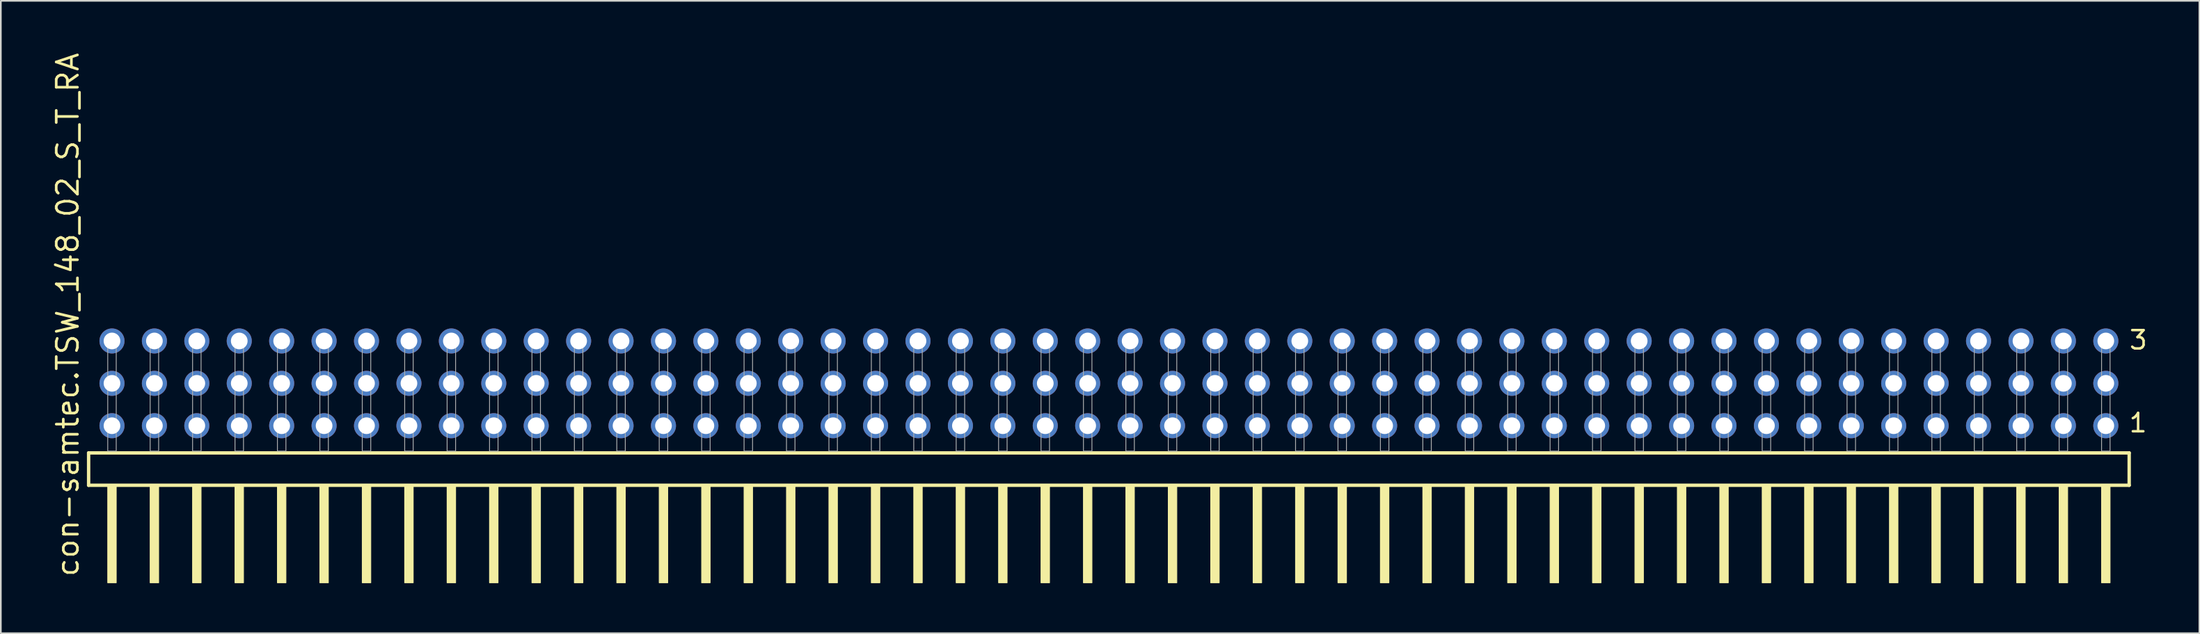
<source format=kicad_pcb>
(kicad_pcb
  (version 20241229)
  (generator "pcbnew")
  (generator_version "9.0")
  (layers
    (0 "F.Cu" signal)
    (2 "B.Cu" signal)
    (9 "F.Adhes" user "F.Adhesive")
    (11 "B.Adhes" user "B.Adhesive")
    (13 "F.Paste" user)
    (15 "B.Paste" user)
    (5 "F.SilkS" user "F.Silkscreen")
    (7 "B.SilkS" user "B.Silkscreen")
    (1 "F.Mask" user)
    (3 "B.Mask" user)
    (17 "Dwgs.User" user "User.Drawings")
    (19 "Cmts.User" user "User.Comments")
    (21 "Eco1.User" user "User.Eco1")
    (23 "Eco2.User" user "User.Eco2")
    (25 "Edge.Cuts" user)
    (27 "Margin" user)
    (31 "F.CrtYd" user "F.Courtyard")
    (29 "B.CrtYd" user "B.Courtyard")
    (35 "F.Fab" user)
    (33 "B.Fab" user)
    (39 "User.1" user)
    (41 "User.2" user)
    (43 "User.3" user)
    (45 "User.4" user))
  (footprint "con-samtec.TSW_148_02_S_T_RA"
    (layer "F.Cu")
    (at 63.345 23.993)
    (property "Reference" "con-samtec.TSW_148_02_S_T_RA" (at -61.595 7.62 90) (layer "F.SilkS") (effects (font (size 1.27 1.27) (thickness 0.16)) (justify left bottom)))
    (attr through_hole)
    (fp_line (start -61.089 0.106) (end -61.089 2.046) (stroke (width 0.203) (type default)) (layer "F.SilkS"))
    (fp_line (start -61.089 2.046) (end 61.089 2.046) (stroke (width 0.203) (type default)) (layer "F.SilkS"))
    (fp_line (start 61.089 0.106) (end -61.089 0.106) (stroke (width 0.203) (type default)) (layer "F.SilkS"))
    (fp_line (start 61.089 2.046) (end 61.089 0.106) (stroke (width 0.203) (type default)) (layer "F.SilkS"))
    (fp_rect (start -59.944 7.89) (end -59.436 2.04) (stroke (width 0.05) (type default)) (fill yes) (layer "F.SilkS"))
    (fp_rect (start -57.404 7.89) (end -56.896 2.04) (stroke (width 0.05) (type default)) (fill yes) (layer "F.SilkS"))
    (fp_rect (start -54.864 7.89) (end -54.356 2.04) (stroke (width 0.05) (type default)) (fill yes) (layer "F.SilkS"))
    (fp_rect (start -52.324 7.89) (end -51.816 2.04) (stroke (width 0.05) (type default)) (fill yes) (layer "F.SilkS"))
    (fp_rect (start -49.784 7.89) (end -49.276 2.04) (stroke (width 0.05) (type default)) (fill yes) (layer "F.SilkS"))
    (fp_rect (start -47.244 7.89) (end -46.736 2.04) (stroke (width 0.05) (type default)) (fill yes) (layer "F.SilkS"))
    (fp_rect (start -44.704 7.89) (end -44.196 2.04) (stroke (width 0.05) (type default)) (fill yes) (layer "F.SilkS"))
    (fp_rect (start -42.164 7.89) (end -41.656 2.04) (stroke (width 0.05) (type default)) (fill yes) (layer "F.SilkS"))
    (fp_rect (start -39.624 7.89) (end -39.116 2.04) (stroke (width 0.05) (type default)) (fill yes) (layer "F.SilkS"))
    (fp_rect (start -37.084 7.89) (end -36.576 2.04) (stroke (width 0.05) (type default)) (fill yes) (layer "F.SilkS"))
    (fp_rect (start -34.544 7.89) (end -34.036 2.04) (stroke (width 0.05) (type default)) (fill yes) (layer "F.SilkS"))
    (fp_rect (start -32.004 7.89) (end -31.496 2.04) (stroke (width 0.05) (type default)) (fill yes) (layer "F.SilkS"))
    (fp_rect (start -29.464 7.89) (end -28.956 2.04) (stroke (width 0.05) (type default)) (fill yes) (layer "F.SilkS"))
    (fp_rect (start -26.924 7.89) (end -26.416 2.04) (stroke (width 0.05) (type default)) (fill yes) (layer "F.SilkS"))
    (fp_rect (start -24.384 7.89) (end -23.876 2.04) (stroke (width 0.05) (type default)) (fill yes) (layer "F.SilkS"))
    (fp_rect (start -21.844 7.89) (end -21.336 2.04) (stroke (width 0.05) (type default)) (fill yes) (layer "F.SilkS"))
    (fp_rect (start -19.304 7.89) (end -18.796 2.04) (stroke (width 0.05) (type default)) (fill yes) (layer "F.SilkS"))
    (fp_rect (start -16.764 7.89) (end -16.256 2.04) (stroke (width 0.05) (type default)) (fill yes) (layer "F.SilkS"))
    (fp_rect (start -14.224 7.89) (end -13.716 2.04) (stroke (width 0.05) (type default)) (fill yes) (layer "F.SilkS"))
    (fp_rect (start -11.684 7.89) (end -11.176 2.04) (stroke (width 0.05) (type default)) (fill yes) (layer "F.SilkS"))
    (fp_rect (start -9.144 7.89) (end -8.636 2.04) (stroke (width 0.05) (type default)) (fill yes) (layer "F.SilkS"))
    (fp_rect (start -6.604 7.89) (end -6.096 2.04) (stroke (width 0.05) (type default)) (fill yes) (layer "F.SilkS"))
    (fp_rect (start -4.064 7.89) (end -3.556 2.04) (stroke (width 0.05) (type default)) (fill yes) (layer "F.SilkS"))
    (fp_rect (start -1.524 7.89) (end -1.016 2.04) (stroke (width 0.05) (type default)) (fill yes) (layer "F.SilkS"))
    (fp_rect (start 1.016 7.89) (end 1.524 2.04) (stroke (width 0.05) (type default)) (fill yes) (layer "F.SilkS"))
    (fp_rect (start 3.556 7.89) (end 4.064 2.04) (stroke (width 0.05) (type default)) (fill yes) (layer "F.SilkS"))
    (fp_rect (start 6.096 7.89) (end 6.604 2.04) (stroke (width 0.05) (type default)) (fill yes) (layer "F.SilkS"))
    (fp_rect (start 8.636 7.89) (end 9.144 2.04) (stroke (width 0.05) (type default)) (fill yes) (layer "F.SilkS"))
    (fp_rect (start 11.176 7.89) (end 11.684 2.04) (stroke (width 0.05) (type default)) (fill yes) (layer "F.SilkS"))
    (fp_rect (start 13.716 7.89) (end 14.224 2.04) (stroke (width 0.05) (type default)) (fill yes) (layer "F.SilkS"))
    (fp_rect (start 16.256 7.89) (end 16.764 2.04) (stroke (width 0.05) (type default)) (fill yes) (layer "F.SilkS"))
    (fp_rect (start 18.796 7.89) (end 19.304 2.04) (stroke (width 0.05) (type default)) (fill yes) (layer "F.SilkS"))
    (fp_rect (start 21.336 7.89) (end 21.844 2.04) (stroke (width 0.05) (type default)) (fill yes) (layer "F.SilkS"))
    (fp_rect (start 23.876 7.89) (end 24.384 2.04) (stroke (width 0.05) (type default)) (fill yes) (layer "F.SilkS"))
    (fp_rect (start 26.416 7.89) (end 26.924 2.04) (stroke (width 0.05) (type default)) (fill yes) (layer "F.SilkS"))
    (fp_rect (start 28.956 7.89) (end 29.464 2.04) (stroke (width 0.05) (type default)) (fill yes) (layer "F.SilkS"))
    (fp_rect (start 31.496 7.89) (end 32.004 2.04) (stroke (width 0.05) (type default)) (fill yes) (layer "F.SilkS"))
    (fp_rect (start 34.036 7.89) (end 34.544 2.04) (stroke (width 0.05) (type default)) (fill yes) (layer "F.SilkS"))
    (fp_rect (start 36.576 7.89) (end 37.084 2.04) (stroke (width 0.05) (type default)) (fill yes) (layer "F.SilkS"))
    (fp_rect (start 39.116 7.89) (end 39.624 2.04) (stroke (width 0.05) (type default)) (fill yes) (layer "F.SilkS"))
    (fp_rect (start 41.656 7.89) (end 42.164 2.04) (stroke (width 0.05) (type default)) (fill yes) (layer "F.SilkS"))
    (fp_rect (start 44.196 7.89) (end 44.704 2.04) (stroke (width 0.05) (type default)) (fill yes) (layer "F.SilkS"))
    (fp_rect (start 46.736 7.89) (end 47.244 2.04) (stroke (width 0.05) (type default)) (fill yes) (layer "F.SilkS"))
    (fp_rect (start 49.276 7.89) (end 49.784 2.04) (stroke (width 0.05) (type default)) (fill yes) (layer "F.SilkS"))
    (fp_rect (start 51.816 7.89) (end 52.324 2.04) (stroke (width 0.05) (type default)) (fill yes) (layer "F.SilkS"))
    (fp_rect (start 54.356 7.89) (end 54.864 2.04) (stroke (width 0.05) (type default)) (fill yes) (layer "F.SilkS"))
    (fp_rect (start 56.896 7.89) (end 57.404 2.04) (stroke (width 0.05) (type default)) (fill yes) (layer "F.SilkS"))
    (fp_rect (start 59.436 7.89) (end 59.944 2.04) (stroke (width 0.05) (type default)) (fill yes) (layer "F.SilkS"))
    (fp_rect (start -59.944 0) (end -59.436 -6.858) (stroke (width 0.05) (type default)) (fill no) (layer "F.Fab"))
    (fp_rect (start -57.404 0) (end -56.896 -6.858) (stroke (width 0.05) (type default)) (fill no) (layer "F.Fab"))
    (fp_rect (start -54.864 0) (end -54.356 -6.858) (stroke (width 0.05) (type default)) (fill no) (layer "F.Fab"))
    (fp_rect (start -52.324 0) (end -51.816 -6.858) (stroke (width 0.05) (type default)) (fill no) (layer "F.Fab"))
    (fp_rect (start -49.784 0) (end -49.276 -6.858) (stroke (width 0.05) (type default)) (fill no) (layer "F.Fab"))
    (fp_rect (start -47.244 0) (end -46.736 -6.858) (stroke (width 0.05) (type default)) (fill no) (layer "F.Fab"))
    (fp_rect (start -44.704 0) (end -44.196 -6.858) (stroke (width 0.05) (type default)) (fill no) (layer "F.Fab"))
    (fp_rect (start -42.164 0) (end -41.656 -6.858) (stroke (width 0.05) (type default)) (fill no) (layer "F.Fab"))
    (fp_rect (start -39.624 0) (end -39.116 -6.858) (stroke (width 0.05) (type default)) (fill no) (layer "F.Fab"))
    (fp_rect (start -37.084 0) (end -36.576 -6.858) (stroke (width 0.05) (type default)) (fill no) (layer "F.Fab"))
    (fp_rect (start -34.544 0) (end -34.036 -6.858) (stroke (width 0.05) (type default)) (fill no) (layer "F.Fab"))
    (fp_rect (start -32.004 0) (end -31.496 -6.858) (stroke (width 0.05) (type default)) (fill no) (layer "F.Fab"))
    (fp_rect (start -29.464 0) (end -28.956 -6.858) (stroke (width 0.05) (type default)) (fill no) (layer "F.Fab"))
    (fp_rect (start -26.924 0) (end -26.416 -6.858) (stroke (width 0.05) (type default)) (fill no) (layer "F.Fab"))
    (fp_rect (start -24.384 0) (end -23.876 -6.858) (stroke (width 0.05) (type default)) (fill no) (layer "F.Fab"))
    (fp_rect (start -21.844 0) (end -21.336 -6.858) (stroke (width 0.05) (type default)) (fill no) (layer "F.Fab"))
    (fp_rect (start -19.304 0) (end -18.796 -6.858) (stroke (width 0.05) (type default)) (fill no) (layer "F.Fab"))
    (fp_rect (start -16.764 0) (end -16.256 -6.858) (stroke (width 0.05) (type default)) (fill no) (layer "F.Fab"))
    (fp_rect (start -14.224 0) (end -13.716 -6.858) (stroke (width 0.05) (type default)) (fill no) (layer "F.Fab"))
    (fp_rect (start -11.684 0) (end -11.176 -6.858) (stroke (width 0.05) (type default)) (fill no) (layer "F.Fab"))
    (fp_rect (start -9.144 0) (end -8.636 -6.858) (stroke (width 0.05) (type default)) (fill no) (layer "F.Fab"))
    (fp_rect (start -6.604 0) (end -6.096 -6.858) (stroke (width 0.05) (type default)) (fill no) (layer "F.Fab"))
    (fp_rect (start -4.064 0) (end -3.556 -6.858) (stroke (width 0.05) (type default)) (fill no) (layer "F.Fab"))
    (fp_rect (start -1.524 0) (end -1.016 -6.858) (stroke (width 0.05) (type default)) (fill no) (layer "F.Fab"))
    (fp_rect (start 1.016 0) (end 1.524 -6.858) (stroke (width 0.05) (type default)) (fill no) (layer "F.Fab"))
    (fp_rect (start 3.556 0) (end 4.064 -6.858) (stroke (width 0.05) (type default)) (fill no) (layer "F.Fab"))
    (fp_rect (start 6.096 0) (end 6.604 -6.858) (stroke (width 0.05) (type default)) (fill no) (layer "F.Fab"))
    (fp_rect (start 8.636 0) (end 9.144 -6.858) (stroke (width 0.05) (type default)) (fill no) (layer "F.Fab"))
    (fp_rect (start 11.176 0) (end 11.684 -6.858) (stroke (width 0.05) (type default)) (fill no) (layer "F.Fab"))
    (fp_rect (start 13.716 0) (end 14.224 -6.858) (stroke (width 0.05) (type default)) (fill no) (layer "F.Fab"))
    (fp_rect (start 16.256 0) (end 16.764 -6.858) (stroke (width 0.05) (type default)) (fill no) (layer "F.Fab"))
    (fp_rect (start 18.796 0) (end 19.304 -6.858) (stroke (width 0.05) (type default)) (fill no) (layer "F.Fab"))
    (fp_rect (start 21.336 0) (end 21.844 -6.858) (stroke (width 0.05) (type default)) (fill no) (layer "F.Fab"))
    (fp_rect (start 23.876 0) (end 24.384 -6.858) (stroke (width 0.05) (type default)) (fill no) (layer "F.Fab"))
    (fp_rect (start 26.416 0) (end 26.924 -6.858) (stroke (width 0.05) (type default)) (fill no) (layer "F.Fab"))
    (fp_rect (start 28.956 0) (end 29.464 -6.858) (stroke (width 0.05) (type default)) (fill no) (layer "F.Fab"))
    (fp_rect (start 31.496 0) (end 32.004 -6.858) (stroke (width 0.05) (type default)) (fill no) (layer "F.Fab"))
    (fp_rect (start 34.036 0) (end 34.544 -6.858) (stroke (width 0.05) (type default)) (fill no) (layer "F.Fab"))
    (fp_rect (start 36.576 0) (end 37.084 -6.858) (stroke (width 0.05) (type default)) (fill no) (layer "F.Fab"))
    (fp_rect (start 39.116 0) (end 39.624 -6.858) (stroke (width 0.05) (type default)) (fill no) (layer "F.Fab"))
    (fp_rect (start 41.656 0) (end 42.164 -6.858) (stroke (width 0.05) (type default)) (fill no) (layer "F.Fab"))
    (fp_rect (start 44.196 0) (end 44.704 -6.858) (stroke (width 0.05) (type default)) (fill no) (layer "F.Fab"))
    (fp_rect (start 46.736 0) (end 47.244 -6.858) (stroke (width 0.05) (type default)) (fill no) (layer "F.Fab"))
    (fp_rect (start 49.276 0) (end 49.784 -6.858) (stroke (width 0.05) (type default)) (fill no) (layer "F.Fab"))
    (fp_rect (start 51.816 0) (end 52.324 -6.858) (stroke (width 0.05) (type default)) (fill no) (layer "F.Fab"))
    (fp_rect (start 54.356 0) (end 54.864 -6.858) (stroke (width 0.05) (type default)) (fill no) (layer "F.Fab"))
    (fp_rect (start 56.896 0) (end 57.404 -6.858) (stroke (width 0.05) (type default)) (fill no) (layer "F.Fab"))
    (fp_rect (start 59.436 0) (end 59.944 -6.858) (stroke (width 0.05) (type default)) (fill no) (layer "F.Fab"))
    (fp_text user "3" (at 61.015 -6.015 0) (layer "F.SilkS") (effects (font (size 1.1 1.1) (thickness 0.15)) (justify left bottom)))
    (fp_text user "1" (at 61 -1.05 0) (layer "F.SilkS") (effects (font (size 1.1 1.1) (thickness 0.15)) (justify left bottom)))
    (pad "1" thru_hole circle (at 59.69 -1.524 180) (size 1.5 1.5) (drill 1) (layers "*.Cu" "*.Mask"))
    (pad "2" thru_hole circle (at 59.69 -4.064 180) (size 1.5 1.5) (drill 1) (layers "*.Cu" "*.Mask"))
    (pad "3" thru_hole circle (at 59.69 -6.604 180) (size 1.5 1.5) (drill 1) (layers "*.Cu" "*.Mask"))
    (pad "4" thru_hole circle (at 57.15 -1.524 180) (size 1.5 1.5) (drill 1) (layers "*.Cu" "*.Mask"))
    (pad "5" thru_hole circle (at 57.15 -4.064 180) (size 1.5 1.5) (drill 1) (layers "*.Cu" "*.Mask"))
    (pad "6" thru_hole circle (at 57.15 -6.604 180) (size 1.5 1.5) (drill 1) (layers "*.Cu" "*.Mask"))
    (pad "7" thru_hole circle (at 54.61 -1.524 180) (size 1.5 1.5) (drill 1) (layers "*.Cu" "*.Mask"))
    (pad "8" thru_hole circle (at 54.61 -4.064 180) (size 1.5 1.5) (drill 1) (layers "*.Cu" "*.Mask"))
    (pad "9" thru_hole circle (at 54.61 -6.604 180) (size 1.5 1.5) (drill 1) (layers "*.Cu" "*.Mask"))
    (pad "10" thru_hole circle (at 52.07 -1.524 180) (size 1.5 1.5) (drill 1) (layers "*.Cu" "*.Mask"))
    (pad "11" thru_hole circle (at 52.07 -4.064 180) (size 1.5 1.5) (drill 1) (layers "*.Cu" "*.Mask"))
    (pad "12" thru_hole circle (at 52.07 -6.604 180) (size 1.5 1.5) (drill 1) (layers "*.Cu" "*.Mask"))
    (pad "13" thru_hole circle (at 49.53 -1.524 180) (size 1.5 1.5) (drill 1) (layers "*.Cu" "*.Mask"))
    (pad "14" thru_hole circle (at 49.53 -4.064 180) (size 1.5 1.5) (drill 1) (layers "*.Cu" "*.Mask"))
    (pad "15" thru_hole circle (at 49.53 -6.604 180) (size 1.5 1.5) (drill 1) (layers "*.Cu" "*.Mask"))
    (pad "16" thru_hole circle (at 46.99 -1.524 180) (size 1.5 1.5) (drill 1) (layers "*.Cu" "*.Mask"))
    (pad "17" thru_hole circle (at 46.99 -4.064 180) (size 1.5 1.5) (drill 1) (layers "*.Cu" "*.Mask"))
    (pad "18" thru_hole circle (at 46.99 -6.604 180) (size 1.5 1.5) (drill 1) (layers "*.Cu" "*.Mask"))
    (pad "19" thru_hole circle (at 44.45 -1.524 180) (size 1.5 1.5) (drill 1) (layers "*.Cu" "*.Mask"))
    (pad "20" thru_hole circle (at 44.45 -4.064 180) (size 1.5 1.5) (drill 1) (layers "*.Cu" "*.Mask"))
    (pad "21" thru_hole circle (at 44.45 -6.604 180) (size 1.5 1.5) (drill 1) (layers "*.Cu" "*.Mask"))
    (pad "22" thru_hole circle (at 41.91 -1.524 180) (size 1.5 1.5) (drill 1) (layers "*.Cu" "*.Mask"))
    (pad "23" thru_hole circle (at 41.91 -4.064 180) (size 1.5 1.5) (drill 1) (layers "*.Cu" "*.Mask"))
    (pad "24" thru_hole circle (at 41.91 -6.604 180) (size 1.5 1.5) (drill 1) (layers "*.Cu" "*.Mask"))
    (pad "25" thru_hole circle (at 39.37 -1.524 180) (size 1.5 1.5) (drill 1) (layers "*.Cu" "*.Mask"))
    (pad "26" thru_hole circle (at 39.37 -4.064 180) (size 1.5 1.5) (drill 1) (layers "*.Cu" "*.Mask"))
    (pad "27" thru_hole circle (at 39.37 -6.604 180) (size 1.5 1.5) (drill 1) (layers "*.Cu" "*.Mask"))
    (pad "28" thru_hole circle (at 36.83 -1.524 180) (size 1.5 1.5) (drill 1) (layers "*.Cu" "*.Mask"))
    (pad "29" thru_hole circle (at 36.83 -4.064 180) (size 1.5 1.5) (drill 1) (layers "*.Cu" "*.Mask"))
    (pad "30" thru_hole circle (at 36.83 -6.604 180) (size 1.5 1.5) (drill 1) (layers "*.Cu" "*.Mask"))
    (pad "31" thru_hole circle (at 34.29 -1.524 180) (size 1.5 1.5) (drill 1) (layers "*.Cu" "*.Mask"))
    (pad "32" thru_hole circle (at 34.29 -4.064 180) (size 1.5 1.5) (drill 1) (layers "*.Cu" "*.Mask"))
    (pad "33" thru_hole circle (at 34.29 -6.604 180) (size 1.5 1.5) (drill 1) (layers "*.Cu" "*.Mask"))
    (pad "34" thru_hole circle (at 31.75 -1.524 180) (size 1.5 1.5) (drill 1) (layers "*.Cu" "*.Mask"))
    (pad "35" thru_hole circle (at 31.75 -4.064 180) (size 1.5 1.5) (drill 1) (layers "*.Cu" "*.Mask"))
    (pad "36" thru_hole circle (at 31.75 -6.604 180) (size 1.5 1.5) (drill 1) (layers "*.Cu" "*.Mask"))
    (pad "37" thru_hole circle (at 29.21 -1.524 180) (size 1.5 1.5) (drill 1) (layers "*.Cu" "*.Mask"))
    (pad "38" thru_hole circle (at 29.21 -4.064 180) (size 1.5 1.5) (drill 1) (layers "*.Cu" "*.Mask"))
    (pad "39" thru_hole circle (at 29.21 -6.604 180) (size 1.5 1.5) (drill 1) (layers "*.Cu" "*.Mask"))
    (pad "40" thru_hole circle (at 26.67 -1.524 180) (size 1.5 1.5) (drill 1) (layers "*.Cu" "*.Mask"))
    (pad "41" thru_hole circle (at 26.67 -4.064 180) (size 1.5 1.5) (drill 1) (layers "*.Cu" "*.Mask"))
    (pad "42" thru_hole circle (at 26.67 -6.604 180) (size 1.5 1.5) (drill 1) (layers "*.Cu" "*.Mask"))
    (pad "43" thru_hole circle (at 24.13 -1.524 180) (size 1.5 1.5) (drill 1) (layers "*.Cu" "*.Mask"))
    (pad "44" thru_hole circle (at 24.13 -4.064 180) (size 1.5 1.5) (drill 1) (layers "*.Cu" "*.Mask"))
    (pad "45" thru_hole circle (at 24.13 -6.604 180) (size 1.5 1.5) (drill 1) (layers "*.Cu" "*.Mask"))
    (pad "46" thru_hole circle (at 21.59 -1.524 180) (size 1.5 1.5) (drill 1) (layers "*.Cu" "*.Mask"))
    (pad "47" thru_hole circle (at 21.59 -4.064 180) (size 1.5 1.5) (drill 1) (layers "*.Cu" "*.Mask"))
    (pad "48" thru_hole circle (at 21.59 -6.604 180) (size 1.5 1.5) (drill 1) (layers "*.Cu" "*.Mask"))
    (pad "49" thru_hole circle (at 19.05 -1.524 180) (size 1.5 1.5) (drill 1) (layers "*.Cu" "*.Mask"))
    (pad "50" thru_hole circle (at 19.05 -4.064 180) (size 1.5 1.5) (drill 1) (layers "*.Cu" "*.Mask"))
    (pad "51" thru_hole circle (at 19.05 -6.604 180) (size 1.5 1.5) (drill 1) (layers "*.Cu" "*.Mask"))
    (pad "52" thru_hole circle (at 16.51 -1.524 180) (size 1.5 1.5) (drill 1) (layers "*.Cu" "*.Mask"))
    (pad "53" thru_hole circle (at 16.51 -4.064 180) (size 1.5 1.5) (drill 1) (layers "*.Cu" "*.Mask"))
    (pad "54" thru_hole circle (at 16.51 -6.604 180) (size 1.5 1.5) (drill 1) (layers "*.Cu" "*.Mask"))
    (pad "55" thru_hole circle (at 13.97 -1.524 180) (size 1.5 1.5) (drill 1) (layers "*.Cu" "*.Mask"))
    (pad "56" thru_hole circle (at 13.97 -4.064 180) (size 1.5 1.5) (drill 1) (layers "*.Cu" "*.Mask"))
    (pad "57" thru_hole circle (at 13.97 -6.604 180) (size 1.5 1.5) (drill 1) (layers "*.Cu" "*.Mask"))
    (pad "58" thru_hole circle (at 11.43 -1.524 180) (size 1.5 1.5) (drill 1) (layers "*.Cu" "*.Mask"))
    (pad "59" thru_hole circle (at 11.43 -4.064 180) (size 1.5 1.5) (drill 1) (layers "*.Cu" "*.Mask"))
    (pad "60" thru_hole circle (at 11.43 -6.604 180) (size 1.5 1.5) (drill 1) (layers "*.Cu" "*.Mask"))
    (pad "61" thru_hole circle (at 8.89 -1.524 180) (size 1.5 1.5) (drill 1) (layers "*.Cu" "*.Mask"))
    (pad "62" thru_hole circle (at 8.89 -4.064 180) (size 1.5 1.5) (drill 1) (layers "*.Cu" "*.Mask"))
    (pad "63" thru_hole circle (at 8.89 -6.604 180) (size 1.5 1.5) (drill 1) (layers "*.Cu" "*.Mask"))
    (pad "64" thru_hole circle (at 6.35 -1.524 180) (size 1.5 1.5) (drill 1) (layers "*.Cu" "*.Mask"))
    (pad "65" thru_hole circle (at 6.35 -4.064 180) (size 1.5 1.5) (drill 1) (layers "*.Cu" "*.Mask"))
    (pad "66" thru_hole circle (at 6.35 -6.604 180) (size 1.5 1.5) (drill 1) (layers "*.Cu" "*.Mask"))
    (pad "67" thru_hole circle (at 3.81 -1.524 180) (size 1.5 1.5) (drill 1) (layers "*.Cu" "*.Mask"))
    (pad "68" thru_hole circle (at 3.81 -4.064 180) (size 1.5 1.5) (drill 1) (layers "*.Cu" "*.Mask"))
    (pad "69" thru_hole circle (at 3.81 -6.604 180) (size 1.5 1.5) (drill 1) (layers "*.Cu" "*.Mask"))
    (pad "70" thru_hole circle (at 1.27 -1.524 180) (size 1.5 1.5) (drill 1) (layers "*.Cu" "*.Mask"))
    (pad "71" thru_hole circle (at 1.27 -4.064 180) (size 1.5 1.5) (drill 1) (layers "*.Cu" "*.Mask"))
    (pad "72" thru_hole circle (at 1.27 -6.604 180) (size 1.5 1.5) (drill 1) (layers "*.Cu" "*.Mask"))
    (pad "73" thru_hole circle (at -1.27 -1.524 180) (size 1.5 1.5) (drill 1) (layers "*.Cu" "*.Mask"))
    (pad "74" thru_hole circle (at -1.27 -4.064 180) (size 1.5 1.5) (drill 1) (layers "*.Cu" "*.Mask"))
    (pad "75" thru_hole circle (at -1.27 -6.604 180) (size 1.5 1.5) (drill 1) (layers "*.Cu" "*.Mask"))
    (pad "76" thru_hole circle (at -3.81 -1.524 180) (size 1.5 1.5) (drill 1) (layers "*.Cu" "*.Mask"))
    (pad "77" thru_hole circle (at -3.81 -4.064 180) (size 1.5 1.5) (drill 1) (layers "*.Cu" "*.Mask"))
    (pad "78" thru_hole circle (at -3.81 -6.604 180) (size 1.5 1.5) (drill 1) (layers "*.Cu" "*.Mask"))
    (pad "79" thru_hole circle (at -6.35 -1.524 180) (size 1.5 1.5) (drill 1) (layers "*.Cu" "*.Mask"))
    (pad "80" thru_hole circle (at -6.35 -4.064 180) (size 1.5 1.5) (drill 1) (layers "*.Cu" "*.Mask"))
    (pad "81" thru_hole circle (at -6.35 -6.604 180) (size 1.5 1.5) (drill 1) (layers "*.Cu" "*.Mask"))
    (pad "82" thru_hole circle (at -8.89 -1.524 180) (size 1.5 1.5) (drill 1) (layers "*.Cu" "*.Mask"))
    (pad "83" thru_hole circle (at -8.89 -4.064 180) (size 1.5 1.5) (drill 1) (layers "*.Cu" "*.Mask"))
    (pad "84" thru_hole circle (at -8.89 -6.604 180) (size 1.5 1.5) (drill 1) (layers "*.Cu" "*.Mask"))
    (pad "85" thru_hole circle (at -11.43 -1.524 180) (size 1.5 1.5) (drill 1) (layers "*.Cu" "*.Mask"))
    (pad "86" thru_hole circle (at -11.43 -4.064 180) (size 1.5 1.5) (drill 1) (layers "*.Cu" "*.Mask"))
    (pad "87" thru_hole circle (at -11.43 -6.604 180) (size 1.5 1.5) (drill 1) (layers "*.Cu" "*.Mask"))
    (pad "88" thru_hole circle (at -13.97 -1.524 180) (size 1.5 1.5) (drill 1) (layers "*.Cu" "*.Mask"))
    (pad "89" thru_hole circle (at -13.97 -4.064 180) (size 1.5 1.5) (drill 1) (layers "*.Cu" "*.Mask"))
    (pad "90" thru_hole circle (at -13.97 -6.604 180) (size 1.5 1.5) (drill 1) (layers "*.Cu" "*.Mask"))
    (pad "91" thru_hole circle (at -16.51 -1.524 180) (size 1.5 1.5) (drill 1) (layers "*.Cu" "*.Mask"))
    (pad "92" thru_hole circle (at -16.51 -4.064 180) (size 1.5 1.5) (drill 1) (layers "*.Cu" "*.Mask"))
    (pad "93" thru_hole circle (at -16.51 -6.604 180) (size 1.5 1.5) (drill 1) (layers "*.Cu" "*.Mask"))
    (pad "94" thru_hole circle (at -19.05 -1.524 180) (size 1.5 1.5) (drill 1) (layers "*.Cu" "*.Mask"))
    (pad "95" thru_hole circle (at -19.05 -4.064 180) (size 1.5 1.5) (drill 1) (layers "*.Cu" "*.Mask"))
    (pad "96" thru_hole circle (at -19.05 -6.604 180) (size 1.5 1.5) (drill 1) (layers "*.Cu" "*.Mask"))
    (pad "97" thru_hole circle (at -21.59 -1.524 180) (size 1.5 1.5) (drill 1) (layers "*.Cu" "*.Mask"))
    (pad "98" thru_hole circle (at -21.59 -4.064 180) (size 1.5 1.5) (drill 1) (layers "*.Cu" "*.Mask"))
    (pad "99" thru_hole circle (at -21.59 -6.604 180) (size 1.5 1.5) (drill 1) (layers "*.Cu" "*.Mask"))
    (pad "100" thru_hole circle (at -24.13 -1.524 180) (size 1.5 1.5) (drill 1) (layers "*.Cu" "*.Mask"))
    (pad "101" thru_hole circle (at -24.13 -4.064 180) (size 1.5 1.5) (drill 1) (layers "*.Cu" "*.Mask"))
    (pad "102" thru_hole circle (at -24.13 -6.604 180) (size 1.5 1.5) (drill 1) (layers "*.Cu" "*.Mask"))
    (pad "103" thru_hole circle (at -26.67 -1.524 180) (size 1.5 1.5) (drill 1) (layers "*.Cu" "*.Mask"))
    (pad "104" thru_hole circle (at -26.67 -4.064 180) (size 1.5 1.5) (drill 1) (layers "*.Cu" "*.Mask"))
    (pad "105" thru_hole circle (at -26.67 -6.604 180) (size 1.5 1.5) (drill 1) (layers "*.Cu" "*.Mask"))
    (pad "106" thru_hole circle (at -29.21 -1.524 180) (size 1.5 1.5) (drill 1) (layers "*.Cu" "*.Mask"))
    (pad "107" thru_hole circle (at -29.21 -4.064 180) (size 1.5 1.5) (drill 1) (layers "*.Cu" "*.Mask"))
    (pad "108" thru_hole circle (at -29.21 -6.604 180) (size 1.5 1.5) (drill 1) (layers "*.Cu" "*.Mask"))
    (pad "109" thru_hole circle (at -31.75 -1.524 180) (size 1.5 1.5) (drill 1) (layers "*.Cu" "*.Mask"))
    (pad "110" thru_hole circle (at -31.75 -4.064 180) (size 1.5 1.5) (drill 1) (layers "*.Cu" "*.Mask"))
    (pad "111" thru_hole circle (at -31.75 -6.604 180) (size 1.5 1.5) (drill 1) (layers "*.Cu" "*.Mask"))
    (pad "112" thru_hole circle (at -34.29 -1.524 180) (size 1.5 1.5) (drill 1) (layers "*.Cu" "*.Mask"))
    (pad "113" thru_hole circle (at -34.29 -4.064 180) (size 1.5 1.5) (drill 1) (layers "*.Cu" "*.Mask"))
    (pad "114" thru_hole circle (at -34.29 -6.604 180) (size 1.5 1.5) (drill 1) (layers "*.Cu" "*.Mask"))
    (pad "115" thru_hole circle (at -36.83 -1.524 180) (size 1.5 1.5) (drill 1) (layers "*.Cu" "*.Mask"))
    (pad "116" thru_hole circle (at -36.83 -4.064 180) (size 1.5 1.5) (drill 1) (layers "*.Cu" "*.Mask"))
    (pad "117" thru_hole circle (at -36.83 -6.604 180) (size 1.5 1.5) (drill 1) (layers "*.Cu" "*.Mask"))
    (pad "118" thru_hole circle (at -39.37 -1.524 180) (size 1.5 1.5) (drill 1) (layers "*.Cu" "*.Mask"))
    (pad "119" thru_hole circle (at -39.37 -4.064 180) (size 1.5 1.5) (drill 1) (layers "*.Cu" "*.Mask"))
    (pad "120" thru_hole circle (at -39.37 -6.604 180) (size 1.5 1.5) (drill 1) (layers "*.Cu" "*.Mask"))
    (pad "121" thru_hole circle (at -41.91 -1.524 180) (size 1.5 1.5) (drill 1) (layers "*.Cu" "*.Mask"))
    (pad "122" thru_hole circle (at -41.91 -4.064 180) (size 1.5 1.5) (drill 1) (layers "*.Cu" "*.Mask"))
    (pad "123" thru_hole circle (at -41.91 -6.604 180) (size 1.5 1.5) (drill 1) (layers "*.Cu" "*.Mask"))
    (pad "124" thru_hole circle (at -44.45 -1.524 180) (size 1.5 1.5) (drill 1) (layers "*.Cu" "*.Mask"))
    (pad "125" thru_hole circle (at -44.45 -4.064 180) (size 1.5 1.5) (drill 1) (layers "*.Cu" "*.Mask"))
    (pad "126" thru_hole circle (at -44.45 -6.604 180) (size 1.5 1.5) (drill 1) (layers "*.Cu" "*.Mask"))
    (pad "127" thru_hole circle (at -46.99 -1.524 180) (size 1.5 1.5) (drill 1) (layers "*.Cu" "*.Mask"))
    (pad "128" thru_hole circle (at -46.99 -4.064 180) (size 1.5 1.5) (drill 1) (layers "*.Cu" "*.Mask"))
    (pad "129" thru_hole circle (at -46.99 -6.604 180) (size 1.5 1.5) (drill 1) (layers "*.Cu" "*.Mask"))
    (pad "130" thru_hole circle (at -49.53 -1.524 180) (size 1.5 1.5) (drill 1) (layers "*.Cu" "*.Mask"))
    (pad "131" thru_hole circle (at -49.53 -4.064 180) (size 1.5 1.5) (drill 1) (layers "*.Cu" "*.Mask"))
    (pad "132" thru_hole circle (at -49.53 -6.604 180) (size 1.5 1.5) (drill 1) (layers "*.Cu" "*.Mask"))
    (pad "133" thru_hole circle (at -52.07 -1.524 180) (size 1.5 1.5) (drill 1) (layers "*.Cu" "*.Mask"))
    (pad "134" thru_hole circle (at -52.07 -4.064 180) (size 1.5 1.5) (drill 1) (layers "*.Cu" "*.Mask"))
    (pad "135" thru_hole circle (at -52.07 -6.604 180) (size 1.5 1.5) (drill 1) (layers "*.Cu" "*.Mask"))
    (pad "136" thru_hole circle (at -54.61 -1.524 180) (size 1.5 1.5) (drill 1) (layers "*.Cu" "*.Mask"))
    (pad "137" thru_hole circle (at -54.61 -4.064 180) (size 1.5 1.5) (drill 1) (layers "*.Cu" "*.Mask"))
    (pad "138" thru_hole circle (at -54.61 -6.604 180) (size 1.5 1.5) (drill 1) (layers "*.Cu" "*.Mask"))
    (pad "139" thru_hole circle (at -57.15 -1.524 180) (size 1.5 1.5) (drill 1) (layers "*.Cu" "*.Mask"))
    (pad "140" thru_hole circle (at -57.15 -4.064 180) (size 1.5 1.5) (drill 1) (layers "*.Cu" "*.Mask"))
    (pad "141" thru_hole circle (at -57.15 -6.604 180) (size 1.5 1.5) (drill 1) (layers "*.Cu" "*.Mask"))
    (pad "142" thru_hole circle (at -59.69 -1.524 180) (size 1.5 1.5) (drill 1) (layers "*.Cu" "*.Mask"))
    (pad "143" thru_hole circle (at -59.69 -4.064 180) (size 1.5 1.5) (drill 1) (layers "*.Cu" "*.Mask"))
    (pad "144" thru_hole circle (at -59.69 -6.604 180) (size 1.5 1.5) (drill 1) (layers "*.Cu" "*.Mask")))
  (gr_rect
    (start -3 -3)
    (end 128.638 34.908)
    (stroke (width 0.1) (type default))
    (fill no)
    (layer "Edge.Cuts")))
</source>
